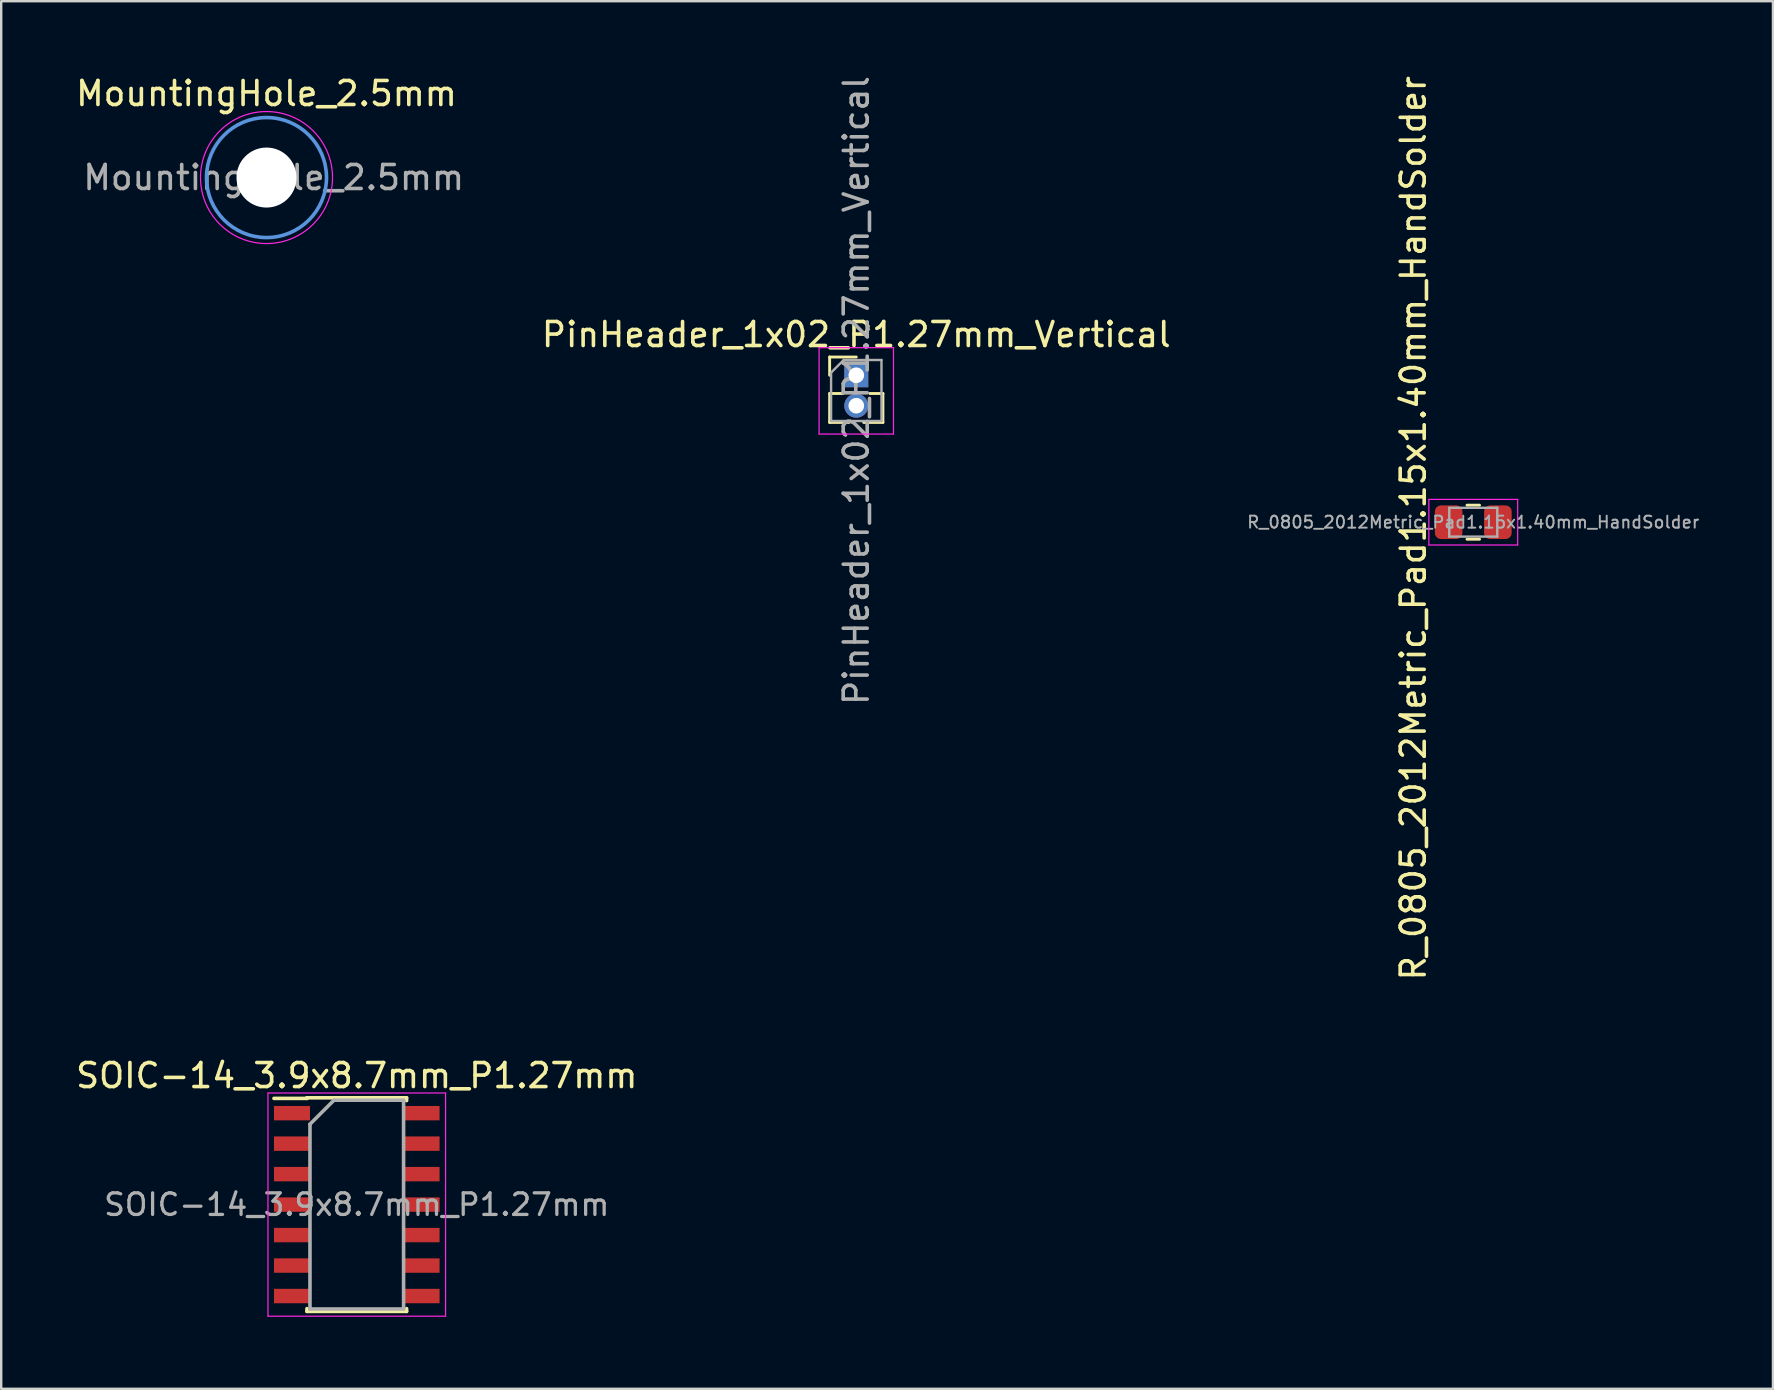
<source format=kicad_pcb>
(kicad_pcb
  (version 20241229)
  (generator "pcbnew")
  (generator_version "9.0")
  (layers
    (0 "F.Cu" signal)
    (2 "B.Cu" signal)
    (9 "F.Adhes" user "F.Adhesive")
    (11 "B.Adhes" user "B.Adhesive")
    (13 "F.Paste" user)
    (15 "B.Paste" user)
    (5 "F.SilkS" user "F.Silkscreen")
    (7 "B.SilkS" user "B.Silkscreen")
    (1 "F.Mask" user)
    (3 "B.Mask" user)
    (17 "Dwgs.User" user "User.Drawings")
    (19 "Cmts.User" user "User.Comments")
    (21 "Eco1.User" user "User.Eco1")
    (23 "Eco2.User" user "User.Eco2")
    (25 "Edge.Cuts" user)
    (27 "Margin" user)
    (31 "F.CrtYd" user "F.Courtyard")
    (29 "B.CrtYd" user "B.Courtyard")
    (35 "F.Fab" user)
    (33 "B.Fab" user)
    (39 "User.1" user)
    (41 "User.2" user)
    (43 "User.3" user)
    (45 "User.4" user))
  (footprint "R_0805_2012Metric_Pad1.15x1.40mm_HandSolder"
    (layer "F.Cu")
    (at 58.334 18.708)
    (property "Reference" "R_0805_2012Metric_Pad1.15x1.40mm_HandSolder" (at -2.5 0.25 90) (layer "F.SilkS") (effects (font (size 1 1) (thickness 0.15))))
    (attr smd)
    (fp_line (start -0.261 -0.71) (end 0.261 -0.71) (stroke (width 0.12) (type solid)) (layer "F.SilkS"))
    (fp_line (start -0.261 0.71) (end 0.261 0.71) (stroke (width 0.12) (type solid)) (layer "F.SilkS"))
    (fp_line (start -1.85 -0.95) (end 1.85 -0.95) (stroke (width 0.05) (type solid)) (layer "F.CrtYd"))
    (fp_line (start -1.85 0.95) (end -1.85 -0.95) (stroke (width 0.05) (type solid)) (layer "F.CrtYd"))
    (fp_line (start 1.85 -0.95) (end 1.85 0.95) (stroke (width 0.05) (type solid)) (layer "F.CrtYd"))
    (fp_line (start 1.85 0.95) (end -1.85 0.95) (stroke (width 0.05) (type solid)) (layer "F.CrtYd"))
    (fp_line (start -1 -0.6) (end 1 -0.6) (stroke (width 0.1) (type solid)) (layer "F.Fab"))
    (fp_line (start -1 0.6) (end -1 -0.6) (stroke (width 0.1) (type solid)) (layer "F.Fab"))
    (fp_line (start 1 -0.6) (end 1 0.6) (stroke (width 0.1) (type solid)) (layer "F.Fab"))
    (fp_line (start 1 0.6) (end -1 0.6) (stroke (width 0.1) (type solid)) (layer "F.Fab"))
    (fp_text user "${REFERENCE}" (at 0 0 0) (layer "F.Fab") (effects (font (size 0.5 0.5) (thickness 0.08))))
    (pad "1" smd roundrect (at -1.025 0) (size 1.15 1.4) (layers "F.Cu" "F.Mask" "F.Paste") (roundrect_rratio 0.217))
    (pad "2" smd roundrect (at 1.025 0) (size 1.15 1.4) (layers "F.Cu" "F.Mask" "F.Paste") (roundrect_rratio 0.217)))
  (footprint "MountingHole_2.5mm"
    (layer "F.Cu")
    (at 8.054 4.348)
    (property "Reference" "MountingHole_2.5mm" (at 0 -3.5 0) (layer "F.SilkS") (effects (font (size 1 1) (thickness 0.15))))
    (attr exclude_from_pos_files exclude_from_bom)
    (fp_circle (center 0 0) (end 2.5 0) (stroke (width 0.15) (type solid)) (fill no) (layer "Cmts.User"))
    (fp_circle (center 0 0) (end 2.75 0) (stroke (width 0.05) (type solid)) (fill no) (layer "F.CrtYd"))
    (fp_text user "${REFERENCE}" (at 0.3 0 0) (layer "F.Fab") (effects (font (size 1 1) (thickness 0.15))))
    (pad "" np_thru_hole circle (at 0 0) (size 2.5 2.5) (drill 2.5) (layers "*.Cu" "*.Mask")))
  (footprint "PinHeader_1x02_P1.27mm_Vertical"
    (layer "F.Cu")
    (at 32.627 12.585)
    (property "Reference" "PinHeader_1x02_P1.27mm_Vertical" (at 0 -1.695 0) (layer "F.SilkS") (effects (font (size 1 1) (thickness 0.15))))
    (attr through_hole)
    (fp_line (start -1.11 -0.76) (end 0 -0.76) (stroke (width 0.12) (type solid)) (layer "F.SilkS"))
    (fp_line (start -1.11 0) (end -1.11 -0.76) (stroke (width 0.12) (type solid)) (layer "F.SilkS"))
    (fp_line (start -1.11 0.76) (end -1.11 1.965) (stroke (width 0.12) (type solid)) (layer "F.SilkS"))
    (fp_line (start -1.11 0.76) (end -0.563 0.76) (stroke (width 0.12) (type solid)) (layer "F.SilkS"))
    (fp_line (start -1.11 1.965) (end -0.308 1.965) (stroke (width 0.12) (type solid)) (layer "F.SilkS"))
    (fp_line (start 0.308 1.965) (end 1.11 1.965) (stroke (width 0.12) (type solid)) (layer "F.SilkS"))
    (fp_line (start 0.563 0.76) (end 1.11 0.76) (stroke (width 0.12) (type solid)) (layer "F.SilkS"))
    (fp_line (start 1.11 0.76) (end 1.11 1.965) (stroke (width 0.12) (type solid)) (layer "F.SilkS"))
    (fp_line (start -1.55 -1.15) (end -1.55 2.45) (stroke (width 0.05) (type solid)) (layer "F.CrtYd"))
    (fp_line (start -1.55 2.45) (end 1.55 2.45) (stroke (width 0.05) (type solid)) (layer "F.CrtYd"))
    (fp_line (start 1.55 -1.15) (end -1.55 -1.15) (stroke (width 0.05) (type solid)) (layer "F.CrtYd"))
    (fp_line (start 1.55 2.45) (end 1.55 -1.15) (stroke (width 0.05) (type solid)) (layer "F.CrtYd"))
    (fp_line (start -1.05 -0.11) (end -0.525 -0.635) (stroke (width 0.1) (type solid)) (layer "F.Fab"))
    (fp_line (start -1.05 1.905) (end -1.05 -0.11) (stroke (width 0.1) (type solid)) (layer "F.Fab"))
    (fp_line (start -0.525 -0.635) (end 1.05 -0.635) (stroke (width 0.1) (type solid)) (layer "F.Fab"))
    (fp_line (start 1.05 -0.635) (end 1.05 1.905) (stroke (width 0.1) (type solid)) (layer "F.Fab"))
    (fp_line (start 1.05 1.905) (end -1.05 1.905) (stroke (width 0.1) (type solid)) (layer "F.Fab"))
    (fp_text user "${REFERENCE}" (at 0 0.635 90) (layer "F.Fab") (effects (font (size 1 1) (thickness 0.15))))
    (pad "1" thru_hole rect (at 0 0) (size 1 1) (drill 0.65) (layers "*.Cu" "*.Mask"))
    (pad "2" thru_hole oval (at 0 1.27) (size 1 1) (drill 0.65) (layers "*.Cu" "*.Mask")))
  (footprint "SOIC-14_3.9x8.7mm_P1.27mm"
    (layer "F.Cu")
    (at 11.815 47.14)
    (property "Reference" "SOIC-14_3.9x8.7mm_P1.27mm" (at 0 -5.375 0) (layer "F.SilkS") (effects (font (size 1 1) (thickness 0.15))))
    (attr smd)
    (fp_line (start -2.075 -4.45) (end -2.075 -4.425) (stroke (width 0.15) (type solid)) (layer "F.SilkS"))
    (fp_line (start -2.075 -4.45) (end 2.075 -4.45) (stroke (width 0.15) (type solid)) (layer "F.SilkS"))
    (fp_line (start -2.075 -4.425) (end -3.45 -4.425) (stroke (width 0.15) (type solid)) (layer "F.SilkS"))
    (fp_line (start -2.075 4.45) (end -2.075 4.335) (stroke (width 0.15) (type solid)) (layer "F.SilkS"))
    (fp_line (start -2.075 4.45) (end 2.075 4.45) (stroke (width 0.15) (type solid)) (layer "F.SilkS"))
    (fp_line (start 2.075 -4.45) (end 2.075 -4.335) (stroke (width 0.15) (type solid)) (layer "F.SilkS"))
    (fp_line (start 2.075 4.45) (end 2.075 4.335) (stroke (width 0.15) (type solid)) (layer "F.SilkS"))
    (fp_line (start -3.7 -4.65) (end -3.7 4.65) (stroke (width 0.05) (type solid)) (layer "F.CrtYd"))
    (fp_line (start -3.7 -4.65) (end 3.7 -4.65) (stroke (width 0.05) (type solid)) (layer "F.CrtYd"))
    (fp_line (start -3.7 4.65) (end 3.7 4.65) (stroke (width 0.05) (type solid)) (layer "F.CrtYd"))
    (fp_line (start 3.7 -4.65) (end 3.7 4.65) (stroke (width 0.05) (type solid)) (layer "F.CrtYd"))
    (fp_line (start -1.95 -3.35) (end -0.95 -4.35) (stroke (width 0.15) (type solid)) (layer "F.Fab"))
    (fp_line (start -1.95 4.35) (end -1.95 -3.35) (stroke (width 0.15) (type solid)) (layer "F.Fab"))
    (fp_line (start -0.95 -4.35) (end 1.95 -4.35) (stroke (width 0.15) (type solid)) (layer "F.Fab"))
    (fp_line (start 1.95 -4.35) (end 1.95 4.35) (stroke (width 0.15) (type solid)) (layer "F.Fab"))
    (fp_line (start 1.95 4.35) (end -1.95 4.35) (stroke (width 0.15) (type solid)) (layer "F.Fab"))
    (fp_text user "${REFERENCE}" (at 0 0 0) (layer "F.Fab") (effects (font (size 0.9 0.9) (thickness 0.135))))
    (pad "1" smd rect (at -2.7 -3.81) (size 1.5 0.6) (layers "F.Cu" "F.Mask" "F.Paste"))
    (pad "2" smd rect (at -2.7 -2.54) (size 1.5 0.6) (layers "F.Cu" "F.Mask" "F.Paste"))
    (pad "3" smd rect (at -2.7 -1.27) (size 1.5 0.6) (layers "F.Cu" "F.Mask" "F.Paste"))
    (pad "4" smd rect (at -2.7 0) (size 1.5 0.6) (layers "F.Cu" "F.Mask" "F.Paste"))
    (pad "5" smd rect (at -2.7 1.27) (size 1.5 0.6) (layers "F.Cu" "F.Mask" "F.Paste"))
    (pad "6" smd rect (at -2.7 2.54) (size 1.5 0.6) (layers "F.Cu" "F.Mask" "F.Paste"))
    (pad "7" smd rect (at -2.7 3.81) (size 1.5 0.6) (layers "F.Cu" "F.Mask" "F.Paste"))
    (pad "8" smd rect (at 2.7 3.81) (size 1.5 0.6) (layers "F.Cu" "F.Mask" "F.Paste"))
    (pad "9" smd rect (at 2.7 2.54) (size 1.5 0.6) (layers "F.Cu" "F.Mask" "F.Paste"))
    (pad "10" smd rect (at 2.7 1.27) (size 1.5 0.6) (layers "F.Cu" "F.Mask" "F.Paste"))
    (pad "11" smd rect (at 2.7 0) (size 1.5 0.6) (layers "F.Cu" "F.Mask" "F.Paste"))
    (pad "12" smd rect (at 2.7 -1.27) (size 1.5 0.6) (layers "F.Cu" "F.Mask" "F.Paste"))
    (pad "13" smd rect (at 2.7 -2.54) (size 1.5 0.6) (layers "F.Cu" "F.Mask" "F.Paste"))
    (pad "14" smd rect (at 2.7 -3.81) (size 1.5 0.6) (layers "F.Cu" "F.Mask" "F.Paste")))
  (gr_rect
    (start -3 -3)
    (end 70.821 54.815)
    (stroke (width 0.1) (type default))
    (fill no)
    (layer "Edge.Cuts")))
</source>
